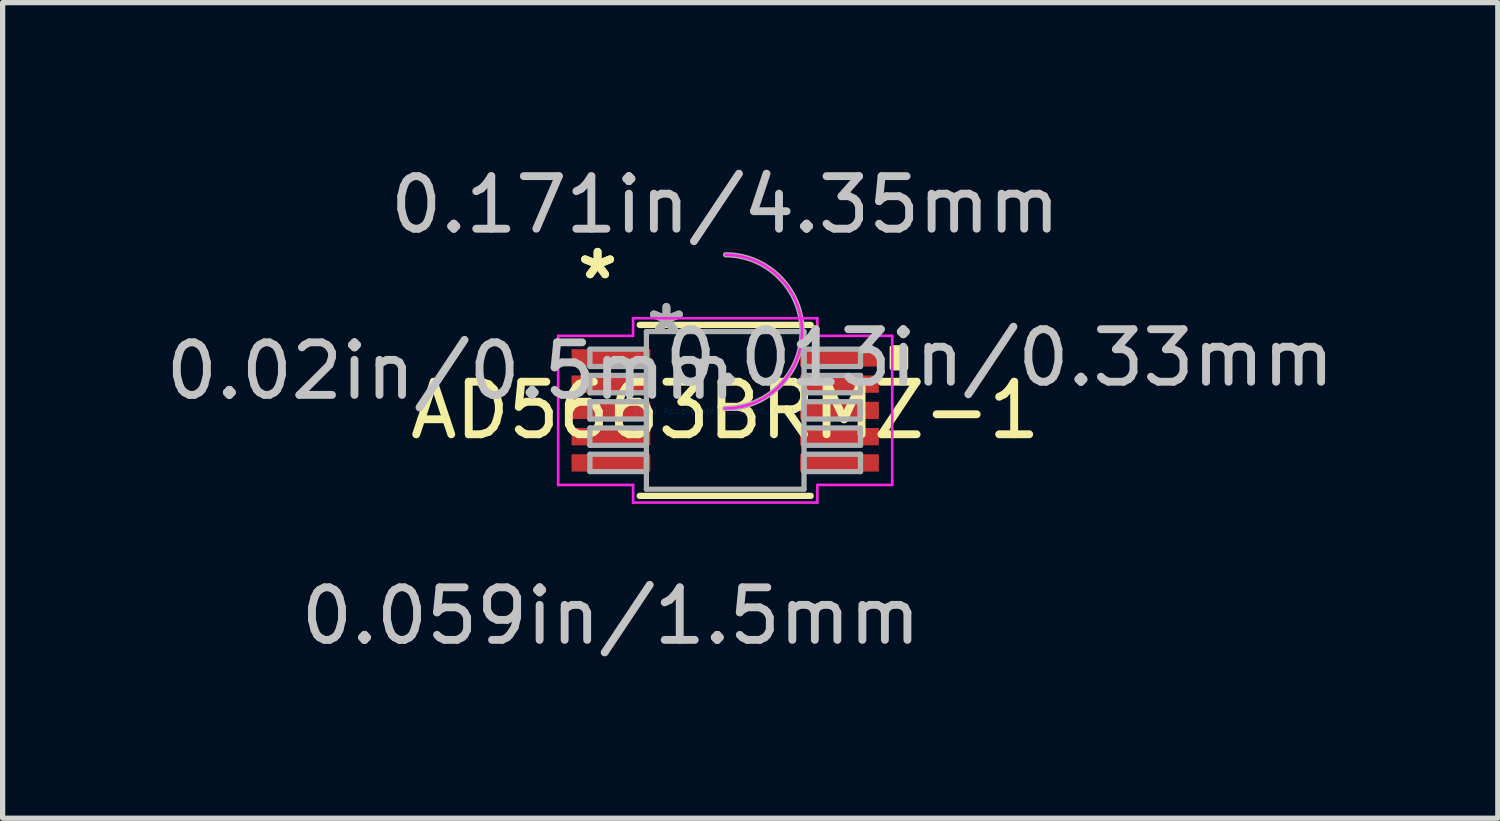
<source format=kicad_pcb>
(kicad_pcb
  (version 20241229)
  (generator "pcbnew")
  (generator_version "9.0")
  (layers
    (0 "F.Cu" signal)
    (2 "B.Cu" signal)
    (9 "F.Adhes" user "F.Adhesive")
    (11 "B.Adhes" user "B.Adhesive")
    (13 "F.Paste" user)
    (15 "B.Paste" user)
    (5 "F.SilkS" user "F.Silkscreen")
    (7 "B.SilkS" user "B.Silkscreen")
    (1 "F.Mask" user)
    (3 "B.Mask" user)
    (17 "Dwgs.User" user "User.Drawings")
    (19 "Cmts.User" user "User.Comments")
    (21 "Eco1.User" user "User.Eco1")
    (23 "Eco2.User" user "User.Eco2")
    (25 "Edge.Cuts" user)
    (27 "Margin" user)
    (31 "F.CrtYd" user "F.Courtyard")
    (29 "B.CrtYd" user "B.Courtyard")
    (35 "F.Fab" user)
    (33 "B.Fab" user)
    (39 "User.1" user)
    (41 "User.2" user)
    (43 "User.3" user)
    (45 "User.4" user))
  (footprint "AD5663BRMZ-1"
    (layer "F.Cu")
    (at 10.753 4.761)
    (property "Reference" "AD5663BRMZ-1" (at 0 0 0) (layer "F.SilkS") (effects (font (size 1 1) (thickness 0.15))))
    (attr through_hole)
    (fp_line (start -1.627 1.627) (end 1.627 1.627) (stroke (width 0.12) (type solid)) (layer "F.SilkS"))
    (fp_line (start 1.627 -1.627) (end -1.627 -1.627) (stroke (width 0.12) (type solid)) (layer "F.SilkS"))
    (fp_poly (pts (xy 3.433 -1.191) (xy 3.433 -0.81) (xy 3.179 -0.81) (xy 3.179 -1.191)) (stroke (width 0.1) (type solid)) (fill yes) (layer "F.SilkS"))
    (fp_line (start -3.179 -1.419) (end -1.754 -1.419) (stroke (width 0.05) (type solid)) (layer "F.CrtYd"))
    (fp_line (start -3.179 1.419) (end -3.179 -1.419) (stroke (width 0.05) (type solid)) (layer "F.CrtYd"))
    (fp_line (start -1.754 -1.754) (end 1.754 -1.754) (stroke (width 0.05) (type solid)) (layer "F.CrtYd"))
    (fp_line (start -1.754 -1.419) (end -1.754 -1.754) (stroke (width 0.05) (type solid)) (layer "F.CrtYd"))
    (fp_line (start -1.754 1.419) (end -3.179 1.419) (stroke (width 0.05) (type solid)) (layer "F.CrtYd"))
    (fp_line (start -1.754 1.754) (end -1.754 1.419) (stroke (width 0.05) (type solid)) (layer "F.CrtYd"))
    (fp_line (start 1.754 -1.754) (end 1.754 -1.419) (stroke (width 0.05) (type solid)) (layer "F.CrtYd"))
    (fp_line (start 1.754 -1.419) (end 3.179 -1.419) (stroke (width 0.05) (type solid)) (layer "F.CrtYd"))
    (fp_line (start 1.754 1.419) (end 1.754 1.754) (stroke (width 0.05) (type solid)) (layer "F.CrtYd"))
    (fp_line (start 1.754 1.754) (end -1.754 1.754) (stroke (width 0.05) (type solid)) (layer "F.CrtYd"))
    (fp_line (start 3.179 -1.419) (end 3.179 1.419) (stroke (width 0.05) (type solid)) (layer "F.CrtYd"))
    (fp_line (start 3.179 1.419) (end 1.754 1.419) (stroke (width 0.05) (type solid)) (layer "F.CrtYd"))
    (fp_arc (start 0.00635 -2.9619) (mid 1.4619 -1.49365) (end -0.00635 -0.0381) (stroke (width 0.05) (type solid)) (layer "F.CrtYd"))
    (fp_line (start -2.575 -1.165) (end -2.575 -0.835) (stroke (width 0.1) (type solid)) (layer "F.Fab"))
    (fp_line (start -2.575 -0.835) (end -1.5 -0.835) (stroke (width 0.1) (type solid)) (layer "F.Fab"))
    (fp_line (start -2.575 -0.665) (end -2.575 -0.335) (stroke (width 0.1) (type solid)) (layer "F.Fab"))
    (fp_line (start -2.575 -0.335) (end -1.5 -0.335) (stroke (width 0.1) (type solid)) (layer "F.Fab"))
    (fp_line (start -2.575 -0.165) (end -2.575 0.165) (stroke (width 0.1) (type solid)) (layer "F.Fab"))
    (fp_line (start -2.575 0.165) (end -1.5 0.165) (stroke (width 0.1) (type solid)) (layer "F.Fab"))
    (fp_line (start -2.575 0.335) (end -2.575 0.665) (stroke (width 0.1) (type solid)) (layer "F.Fab"))
    (fp_line (start -2.575 0.665) (end -1.5 0.665) (stroke (width 0.1) (type solid)) (layer "F.Fab"))
    (fp_line (start -2.575 0.835) (end -2.575 1.165) (stroke (width 0.1) (type solid)) (layer "F.Fab"))
    (fp_line (start -2.575 1.165) (end -1.5 1.165) (stroke (width 0.1) (type solid)) (layer "F.Fab"))
    (fp_line (start -1.5 -1.5) (end -1.5 1.5) (stroke (width 0.1) (type solid)) (layer "F.Fab"))
    (fp_line (start -1.5 -1.165) (end -2.575 -1.165) (stroke (width 0.1) (type solid)) (layer "F.Fab"))
    (fp_line (start -1.5 -0.835) (end -1.5 -1.165) (stroke (width 0.1) (type solid)) (layer "F.Fab"))
    (fp_line (start -1.5 -0.665) (end -2.575 -0.665) (stroke (width 0.1) (type solid)) (layer "F.Fab"))
    (fp_line (start -1.5 -0.335) (end -1.5 -0.665) (stroke (width 0.1) (type solid)) (layer "F.Fab"))
    (fp_line (start -1.5 -0.165) (end -2.575 -0.165) (stroke (width 0.1) (type solid)) (layer "F.Fab"))
    (fp_line (start -1.5 0.165) (end -1.5 -0.165) (stroke (width 0.1) (type solid)) (layer "F.Fab"))
    (fp_line (start -1.5 0.335) (end -2.575 0.335) (stroke (width 0.1) (type solid)) (layer "F.Fab"))
    (fp_line (start -1.5 0.665) (end -1.5 0.335) (stroke (width 0.1) (type solid)) (layer "F.Fab"))
    (fp_line (start -1.5 0.835) (end -2.575 0.835) (stroke (width 0.1) (type solid)) (layer "F.Fab"))
    (fp_line (start -1.5 1.165) (end -1.5 0.835) (stroke (width 0.1) (type solid)) (layer "F.Fab"))
    (fp_line (start -1.5 1.5) (end 1.5 1.5) (stroke (width 0.1) (type solid)) (layer "F.Fab"))
    (fp_line (start 1.5 -1.5) (end -1.5 -1.5) (stroke (width 0.1) (type solid)) (layer "F.Fab"))
    (fp_line (start 1.5 -1.165) (end 1.5 -0.835) (stroke (width 0.1) (type solid)) (layer "F.Fab"))
    (fp_line (start 1.5 -0.835) (end 2.575 -0.835) (stroke (width 0.1) (type solid)) (layer "F.Fab"))
    (fp_line (start 1.5 -0.665) (end 1.5 -0.335) (stroke (width 0.1) (type solid)) (layer "F.Fab"))
    (fp_line (start 1.5 -0.335) (end 2.575 -0.335) (stroke (width 0.1) (type solid)) (layer "F.Fab"))
    (fp_line (start 1.5 -0.165) (end 1.5 0.165) (stroke (width 0.1) (type solid)) (layer "F.Fab"))
    (fp_line (start 1.5 0.165) (end 2.575 0.165) (stroke (width 0.1) (type solid)) (layer "F.Fab"))
    (fp_line (start 1.5 0.335) (end 1.5 0.665) (stroke (width 0.1) (type solid)) (layer "F.Fab"))
    (fp_line (start 1.5 0.665) (end 2.575 0.665) (stroke (width 0.1) (type solid)) (layer "F.Fab"))
    (fp_line (start 1.5 0.835) (end 1.5 1.165) (stroke (width 0.1) (type solid)) (layer "F.Fab"))
    (fp_line (start 1.5 1.165) (end 2.575 1.165) (stroke (width 0.1) (type solid)) (layer "F.Fab"))
    (fp_line (start 1.5 1.5) (end 1.5 -1.5) (stroke (width 0.1) (type solid)) (layer "F.Fab"))
    (fp_line (start 2.575 -1.165) (end 1.5 -1.165) (stroke (width 0.1) (type solid)) (layer "F.Fab"))
    (fp_line (start 2.575 -0.835) (end 2.575 -1.165) (stroke (width 0.1) (type solid)) (layer "F.Fab"))
    (fp_line (start 2.575 -0.665) (end 1.5 -0.665) (stroke (width 0.1) (type solid)) (layer "F.Fab"))
    (fp_line (start 2.575 -0.335) (end 2.575 -0.665) (stroke (width 0.1) (type solid)) (layer "F.Fab"))
    (fp_line (start 2.575 -0.165) (end 1.5 -0.165) (stroke (width 0.1) (type solid)) (layer "F.Fab"))
    (fp_line (start 2.575 0.165) (end 2.575 -0.165) (stroke (width 0.1) (type solid)) (layer "F.Fab"))
    (fp_line (start 2.575 0.335) (end 1.5 0.335) (stroke (width 0.1) (type solid)) (layer "F.Fab"))
    (fp_line (start 2.575 0.665) (end 2.575 0.335) (stroke (width 0.1) (type solid)) (layer "F.Fab"))
    (fp_line (start 2.575 0.835) (end 1.5 0.835) (stroke (width 0.1) (type solid)) (layer "F.Fab"))
    (fp_line (start 2.575 1.165) (end 2.575 0.835) (stroke (width 0.1) (type solid)) (layer "F.Fab"))
    (fp_arc (start 0.007742 -2.9619) (mid 1.4619 -1.492258) (end -0.007742 -0.0381) (stroke (width 0.1) (type solid)) (layer "F.Fab"))
    (fp_text user "*" (at -2.429 -2.473 0) (layer "F.SilkS") (effects (font (size 1 1) (thickness 0.15))))
    (fp_text user "*" (at -2.429 -2.473 0) (layer "F.SilkS") (effects (font (size 1 1) (thickness 0.15))))
    (fp_text user "0.171in/4.35mm" (at 0 -3.913 0) (layer "Dwgs.User") (effects (font (size 1 1) (thickness 0.15))))
    (fp_text user "0.059in/1.5mm" (at -2.175 3.913 0) (layer "Dwgs.User") (effects (font (size 1 1) (thickness 0.15))))
    (fp_text user "0.02in/0.5mm" (at -5.223 -0.75 0) (layer "Dwgs.User") (effects (font (size 1 1) (thickness 0.15))))
    (fp_text user "0.013in/0.33mm" (at 5.223 -1 0) (layer "Dwgs.User") (effects (font (size 1 1) (thickness 0.15))))
    (fp_text user "Copyright 2021 Accelerated Designs. All rights reserved." (at 0 0 0) (layer "Cmts.User") (effects (font (size 0.127 0.127) (thickness 0.002))))
    (fp_text user "*" (at -1.119 -1.424 0) (layer "F.Fab") (effects (font (size 1 1) (thickness 0.15))))
    (fp_text user "*" (at -1.119 -1.424 0) (layer "F.Fab") (effects (font (size 1 1) (thickness 0.15))))
    (pad "1" smd rect (at -2.175 -1) (size 1.5 0.33) (layers "F.Cu" "F.Mask" "F.Paste"))
    (pad "2" smd rect (at -2.175 -0.5) (size 1.5 0.33) (layers "F.Cu" "F.Mask" "F.Paste"))
    (pad "3" smd rect (at -2.175 0) (size 1.5 0.33) (layers "F.Cu" "F.Mask" "F.Paste"))
    (pad "4" smd rect (at -2.175 0.5) (size 1.5 0.33) (layers "F.Cu" "F.Mask" "F.Paste"))
    (pad "5" smd rect (at -2.175 1) (size 1.5 0.33) (layers "F.Cu" "F.Mask" "F.Paste"))
    (pad "6" smd rect (at 2.175 1) (size 1.5 0.33) (layers "F.Cu" "F.Mask" "F.Paste"))
    (pad "7" smd rect (at 2.175 0.5) (size 1.5 0.33) (layers "F.Cu" "F.Mask" "F.Paste"))
    (pad "8" smd rect (at 2.175 0) (size 1.5 0.33) (layers "F.Cu" "F.Mask" "F.Paste"))
    (pad "9" smd rect (at 2.175 -0.5) (size 1.5 0.33) (layers "F.Cu" "F.Mask" "F.Paste"))
    (pad "10" smd rect (at 2.175 -1) (size 1.5 0.33) (layers "F.Cu" "F.Mask" "F.Paste")))
  (gr_rect
    (start -3 -3)
    (end 25.458 12.523)
    (stroke (width 0.1) (type default))
    (fill no)
    (layer "Edge.Cuts")))
</source>
